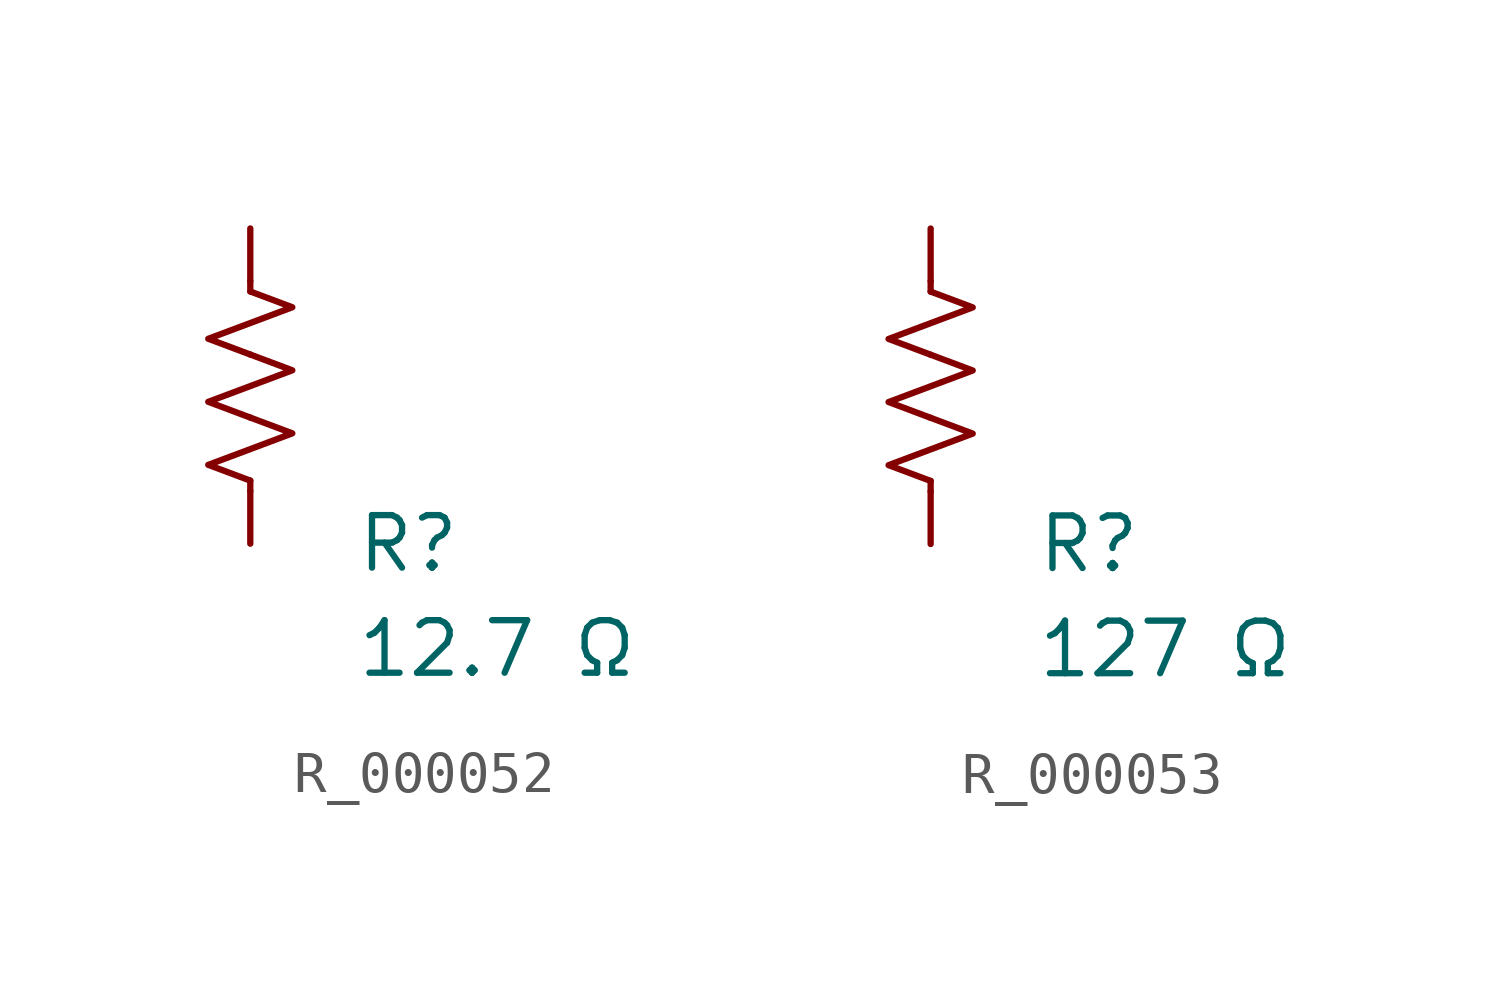
<source format=kicad_sym>
(kicad_symbol_lib
  (version 20231120)
  (generator "kicad_symbol_editor")
  (generator_version "8.0")
  (symbol "R_000052"
    (pin_numbers hide)
    (pin_names
      (offset 0))
    (property "Reference" "R"
      (at 2.54 -3.81 0)
      (effects (font (size 1.27 1.27)) (justify left))
      (show_name no))
    (property "Value" "12.7 Ω"
      (at 2.54 -6.35 0)
      (effects (font (size 1.27 1.27)) (justify left))
      (show_name no))
    (symbol "R_000052_0_1"
      (polyline (pts (xy 0 -2.286) (xy 0 -2.54)) (stroke (width 0) (type default)) (fill (type none)))
      (polyline (pts (xy 0 2.286) (xy 0 2.54)) (stroke (width 0) (type default)) (fill (type none)))
      (polyline (pts (xy 0 -0.762) (xy 1.016 -1.143) (xy 0 -1.524) (xy -1.016 -1.905) (xy 0 -2.286)) (stroke (width 0) (type default)) (fill (type none)))
      (polyline (pts (xy 0 0.762) (xy 1.016 0.381) (xy 0 0) (xy -1.016 -0.381) (xy 0 -0.762)) (stroke (width 0) (type default)) (fill (type none)))
      (polyline (pts (xy 0 2.286) (xy 1.016 1.905) (xy 0 1.524) (xy -1.016 1.143) (xy 0 0.762)) (stroke (width 0) (type default)) (fill (type none))))
    (symbol "R_000052_1_1"
      (pin passive line (at 0 3.81 270) (length 1.27) (name "~" (effects (font (size 1.27 1.27)))) (number "1" (effects (font (size 1.27 1.27)))))
      (pin passive line (at 0 -3.81 90) (length 1.27) (name "~" (effects (font (size 1.27 1.27)))) (number "2" (effects (font (size 1.27 1.27)))))))
  (symbol "R_000053"
    (pin_numbers hide)
    (pin_names
      (offset 0))
    (property "Reference" "R"
      (at 2.54 -3.81 0)
      (effects (font (size 1.27 1.27)) (justify left))
      (show_name no))
    (property "Value" "127 Ω"
      (at 2.54 -6.35 0)
      (effects (font (size 1.27 1.27)) (justify left))
      (show_name no))
    (symbol "R_000053_0_1"
      (polyline (pts (xy 0 -2.286) (xy 0 -2.54)) (stroke (width 0) (type default)) (fill (type none)))
      (polyline (pts (xy 0 2.286) (xy 0 2.54)) (stroke (width 0) (type default)) (fill (type none)))
      (polyline (pts (xy 0 -0.762) (xy 1.016 -1.143) (xy 0 -1.524) (xy -1.016 -1.905) (xy 0 -2.286)) (stroke (width 0) (type default)) (fill (type none)))
      (polyline (pts (xy 0 0.762) (xy 1.016 0.381) (xy 0 0) (xy -1.016 -0.381) (xy 0 -0.762)) (stroke (width 0) (type default)) (fill (type none)))
      (polyline (pts (xy 0 2.286) (xy 1.016 1.905) (xy 0 1.524) (xy -1.016 1.143) (xy 0 0.762)) (stroke (width 0) (type default)) (fill (type none))))
    (symbol "R_000053_1_1"
      (pin passive line (at 0 3.81 270) (length 1.27) (name "~" (effects (font (size 1.27 1.27)))) (number "1" (effects (font (size 1.27 1.27)))))
      (pin passive line (at 0 -3.81 90) (length 1.27) (name "~" (effects (font (size 1.27 1.27)))) (number "2" (effects (font (size 1.27 1.27))))))))
</source>
